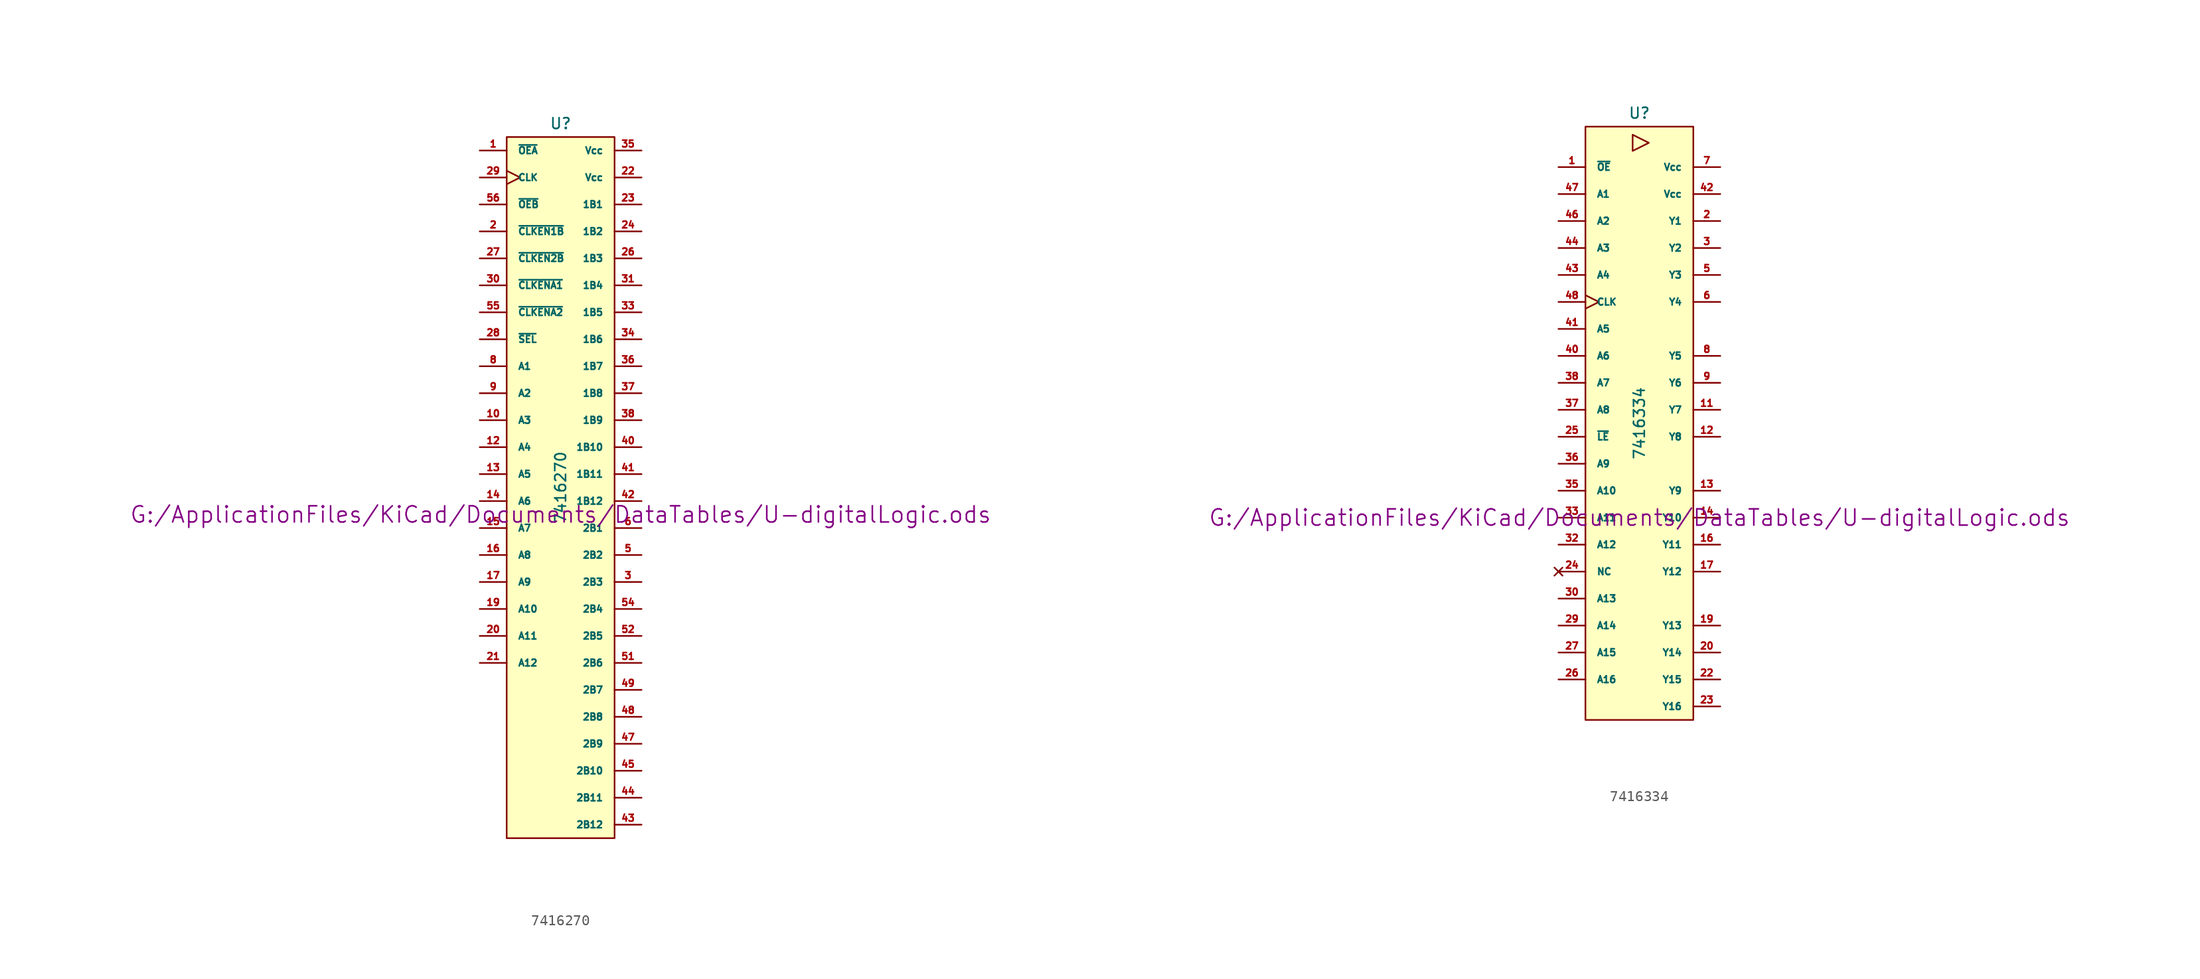
<source format=kicad_sym>
(kicad_symbol_lib
  (version 20211014)
  (generator kicad_symbol_editor)
  (symbol "7416270"
    (pin_names
      (offset 1.016))
    (property "Reference" "U"
      (at 0 34.29 0)
      (effects (font (size 1.016 1.016))))
    (property "Value" "7416270"
      (at 0 0 90)
      (effects (font (size 1.016 1.016))))
    (property "Footprint" ""
      (at 0 -2.54 0)
      (effects (font (size 1.524 1.524))))
    (property "Datasheet" "G:/ApplicationFiles/KiCad/Documents/DataTables/U-digitalLogic.ods"
      (at 0 -2.54 0)
      (effects (font (size 1.524 1.524))))
    (symbol "7416270_0_1"
      (rectangle (start -5.08 33.02) (end 5.08 -33.02) (stroke (width 0) (type default) (color 0 0 0 0)) (fill (type background))))
    (symbol "7416270_1_1"
      (pin input line (at -7.62 31.75 0) (length 2.54) (name "~{OEA}" (effects (font (size 0.635 0.635)))) (number "1" (effects (font (size 0.635 0.635)))))
      (pin bidirectional line (at -7.62 6.35 0) (length 2.54) (name "A3" (effects (font (size 0.635 0.635)))) (number "10" (effects (font (size 0.635 0.635)))))
      (pin power_in line (at -5.08 -20.32 0) (length 0) hide (name "DGND" (effects (font (size 0.635 0.635)))) (number "11" (effects (font (size 0.635 0.635)))))
      (pin bidirectional line (at -7.62 3.81 0) (length 2.54) (name "A4" (effects (font (size 0.635 0.635)))) (number "12" (effects (font (size 0.635 0.635)))))
      (pin bidirectional line (at -7.62 1.27 0) (length 2.54) (name "A5" (effects (font (size 0.635 0.635)))) (number "13" (effects (font (size 0.635 0.635)))))
      (pin bidirectional line (at -7.62 -1.27 0) (length 2.54) (name "A6" (effects (font (size 0.635 0.635)))) (number "14" (effects (font (size 0.635 0.635)))))
      (pin bidirectional line (at -7.62 -3.81 0) (length 2.54) (name "A7" (effects (font (size 0.635 0.635)))) (number "15" (effects (font (size 0.635 0.635)))))
      (pin bidirectional line (at -7.62 -6.35 0) (length 2.54) (name "A8" (effects (font (size 0.635 0.635)))) (number "16" (effects (font (size 0.635 0.635)))))
      (pin bidirectional line (at -7.62 -8.89 0) (length 2.54) (name "A9" (effects (font (size 0.635 0.635)))) (number "17" (effects (font (size 0.635 0.635)))))
      (pin power_in line (at -5.08 -21.59 0) (length 0) hide (name "DGND" (effects (font (size 0.635 0.635)))) (number "18" (effects (font (size 0.635 0.635)))))
      (pin bidirectional line (at -7.62 -11.43 0) (length 2.54) (name "A10" (effects (font (size 0.635 0.635)))) (number "19" (effects (font (size 0.635 0.635)))))
      (pin input line (at -7.62 24.13 0) (length 2.54) (name "~{CLKEN1B}" (effects (font (size 0.635 0.635)))) (number "2" (effects (font (size 0.635 0.635)))))
      (pin bidirectional line (at -7.62 -13.97 0) (length 2.54) (name "A11" (effects (font (size 0.635 0.635)))) (number "20" (effects (font (size 0.635 0.635)))))
      (pin bidirectional line (at -7.62 -16.51 0) (length 2.54) (name "A12" (effects (font (size 0.635 0.635)))) (number "21" (effects (font (size 0.635 0.635)))))
      (pin power_in line (at 7.62 29.21 180) (length 2.54) (name "Vcc" (effects (font (size 0.635 0.635)))) (number "22" (effects (font (size 0.635 0.635)))))
      (pin bidirectional line (at 7.62 26.67 180) (length 2.54) (name "1B1" (effects (font (size 0.635 0.635)))) (number "23" (effects (font (size 0.635 0.635)))))
      (pin bidirectional line (at 7.62 24.13 180) (length 2.54) (name "1B2" (effects (font (size 0.635 0.635)))) (number "24" (effects (font (size 0.635 0.635)))))
      (pin power_in line (at -5.08 -22.86 0) (length 0) hide (name "DGND" (effects (font (size 0.635 0.635)))) (number "25" (effects (font (size 0.635 0.635)))))
      (pin bidirectional line (at 7.62 21.59 180) (length 2.54) (name "1B3" (effects (font (size 0.635 0.635)))) (number "26" (effects (font (size 0.635 0.635)))))
      (pin input line (at -7.62 21.59 0) (length 2.54) (name "~{CLKEN2B}" (effects (font (size 0.635 0.635)))) (number "27" (effects (font (size 0.635 0.635)))))
      (pin input line (at -7.62 13.97 0) (length 2.54) (name "~{SEL}" (effects (font (size 0.635 0.635)))) (number "28" (effects (font (size 0.635 0.635)))))
      (pin input clock (at -7.62 29.21 0) (length 2.54) (name "CLK" (effects (font (size 0.635 0.635)))) (number "29" (effects (font (size 0.635 0.635)))))
      (pin bidirectional line (at 7.62 -8.89 180) (length 2.54) (name "2B3" (effects (font (size 0.635 0.635)))) (number "3" (effects (font (size 0.635 0.635)))))
      (pin input line (at -7.62 19.05 0) (length 2.54) (name "~{CLKENA1}" (effects (font (size 0.635 0.635)))) (number "30" (effects (font (size 0.635 0.635)))))
      (pin bidirectional line (at 7.62 19.05 180) (length 2.54) (name "1B4" (effects (font (size 0.635 0.635)))) (number "31" (effects (font (size 0.635 0.635)))))
      (pin power_in line (at -5.08 -24.13 0) (length 0) hide (name "DGND" (effects (font (size 0.635 0.635)))) (number "32" (effects (font (size 0.635 0.635)))))
      (pin bidirectional line (at 7.62 16.51 180) (length 2.54) (name "1B5" (effects (font (size 0.635 0.635)))) (number "33" (effects (font (size 0.635 0.635)))))
      (pin bidirectional line (at 7.62 13.97 180) (length 2.54) (name "1B6" (effects (font (size 0.635 0.635)))) (number "34" (effects (font (size 0.635 0.635)))))
      (pin power_in line (at 7.62 31.75 180) (length 2.54) (name "Vcc" (effects (font (size 0.635 0.635)))) (number "35" (effects (font (size 0.635 0.635)))))
      (pin bidirectional line (at 7.62 11.43 180) (length 2.54) (name "1B7" (effects (font (size 0.635 0.635)))) (number "36" (effects (font (size 0.635 0.635)))))
      (pin bidirectional line (at 7.62 8.89 180) (length 2.54) (name "1B8" (effects (font (size 0.635 0.635)))) (number "37" (effects (font (size 0.635 0.635)))))
      (pin bidirectional line (at 7.62 6.35 180) (length 2.54) (name "1B9" (effects (font (size 0.635 0.635)))) (number "38" (effects (font (size 0.635 0.635)))))
      (pin power_in line (at -5.08 -25.4 0) (length 0) hide (name "DGND" (effects (font (size 0.635 0.635)))) (number "39" (effects (font (size 0.635 0.635)))))
      (pin power_in line (at -5.08 -19.05 0) (length 0) hide (name "DGND" (effects (font (size 0.635 0.635)))) (number "4" (effects (font (size 0.635 0.635)))))
      (pin bidirectional line (at 7.62 3.81 180) (length 2.54) (name "1B10" (effects (font (size 0.635 0.635)))) (number "40" (effects (font (size 0.635 0.635)))))
      (pin bidirectional line (at 7.62 1.27 180) (length 2.54) (name "1B11" (effects (font (size 0.635 0.635)))) (number "41" (effects (font (size 0.635 0.635)))))
      (pin bidirectional line (at 7.62 -1.27 180) (length 2.54) (name "1B12" (effects (font (size 0.635 0.635)))) (number "42" (effects (font (size 0.635 0.635)))))
      (pin bidirectional line (at 7.62 -31.75 180) (length 2.54) (name "2B12" (effects (font (size 0.635 0.635)))) (number "43" (effects (font (size 0.635 0.635)))))
      (pin bidirectional line (at 7.62 -29.21 180) (length 2.54) (name "2B11" (effects (font (size 0.635 0.635)))) (number "44" (effects (font (size 0.635 0.635)))))
      (pin bidirectional line (at 7.62 -26.67 180) (length 2.54) (name "2B10" (effects (font (size 0.635 0.635)))) (number "45" (effects (font (size 0.635 0.635)))))
      (pin power_in line (at -5.08 -26.67 0) (length 0) hide (name "DGND" (effects (font (size 0.635 0.635)))) (number "46" (effects (font (size 0.635 0.635)))))
      (pin bidirectional line (at 7.62 -24.13 180) (length 2.54) (name "2B9" (effects (font (size 0.635 0.635)))) (number "47" (effects (font (size 0.635 0.635)))))
      (pin bidirectional line (at 7.62 -21.59 180) (length 2.54) (name "2B8" (effects (font (size 0.635 0.635)))) (number "48" (effects (font (size 0.635 0.635)))))
      (pin bidirectional line (at 7.62 -19.05 180) (length 2.54) (name "2B7" (effects (font (size 0.635 0.635)))) (number "49" (effects (font (size 0.635 0.635)))))
      (pin bidirectional line (at 7.62 -6.35 180) (length 2.54) (name "2B2" (effects (font (size 0.635 0.635)))) (number "5" (effects (font (size 0.635 0.635)))))
      (pin bidirectional line (at 7.62 -16.51 180) (length 2.54) (name "2B6" (effects (font (size 0.635 0.635)))) (number "51" (effects (font (size 0.635 0.635)))))
      (pin bidirectional line (at 7.62 -13.97 180) (length 2.54) (name "2B5" (effects (font (size 0.635 0.635)))) (number "52" (effects (font (size 0.635 0.635)))))
      (pin power_in line (at -5.08 -27.94 0) (length 0) hide (name "DGND" (effects (font (size 0.635 0.635)))) (number "53" (effects (font (size 0.635 0.635)))))
      (pin bidirectional line (at 7.62 -11.43 180) (length 2.54) (name "2B4" (effects (font (size 0.635 0.635)))) (number "54" (effects (font (size 0.635 0.635)))))
      (pin input line (at -7.62 16.51 0) (length 2.54) (name "~{CLKENA2}" (effects (font (size 0.635 0.635)))) (number "55" (effects (font (size 0.635 0.635)))))
      (pin input line (at -7.62 26.67 0) (length 2.54) (name "~{OEB}" (effects (font (size 0.635 0.635)))) (number "56" (effects (font (size 0.635 0.635)))))
      (pin bidirectional line (at 7.62 -3.81 180) (length 2.54) (name "2B1" (effects (font (size 0.635 0.635)))) (number "6" (effects (font (size 0.635 0.635)))))
      (pin bidirectional line (at -7.62 11.43 0) (length 2.54) (name "A1" (effects (font (size 0.635 0.635)))) (number "8" (effects (font (size 0.635 0.635)))))
      (pin bidirectional line (at -7.62 8.89 0) (length 2.54) (name "A2" (effects (font (size 0.635 0.635)))) (number "9" (effects (font (size 0.635 0.635)))))))
  (symbol "7416334"
    (pin_names
      (offset 1.016))
    (property "Reference" "U"
      (at 0 29.21 0)
      (effects (font (size 1.016 1.016))))
    (property "Value" "7416334"
      (at 0 0 90)
      (effects (font (size 1.016 1.016))))
    (property "Footprint" ""
      (at 0 -8.89 0)
      (effects (font (size 1.524 1.524))))
    (property "Datasheet" "G:/ApplicationFiles/KiCad/Documents/DataTables/U-digitalLogic.ods"
      (at 0 -8.89 0)
      (effects (font (size 1.524 1.524))))
    (symbol "7416334_0_0"
      (polyline (pts (xy -0.635 25.654) (xy -0.635 27.178) (xy 0.889 26.416) (xy -0.635 25.654)) (stroke (width 0) (type default) (color 0 0 0 0)) (fill (type none))))
    (symbol "7416334_0_1"
      (rectangle (start -5.08 27.94) (end 5.08 -27.94) (stroke (width 0) (type default) (color 0 0 0 0)) (fill (type background))))
    (symbol "7416334_1_0"
      (pin power_in line (at -3.81 -27.94 270) (length 0) hide (name "DGND" (effects (font (size 0.762 0.762)))) (number "10" (effects (font (size 0.762 0.762)))))
      (pin power_in line (at -2.54 -27.94 270) (length 0) hide (name "DGND" (effects (font (size 0.762 0.762)))) (number "15" (effects (font (size 0.762 0.762)))))
      (pin power_in line (at -1.27 -27.94 270) (length 0) hide (name "DGND" (effects (font (size 0.762 0.762)))) (number "21" (effects (font (size 0.762 0.762)))))
      (pin power_in line (at 0 -27.94 270) (length 0) hide (name "DGND" (effects (font (size 0.762 0.762)))) (number "28" (effects (font (size 0.762 0.762)))))
      (pin power_in line (at 1.27 -27.94 270) (length 0) hide (name "DGND" (effects (font (size 0.762 0.762)))) (number "34" (effects (font (size 0.762 0.762)))))
      (pin power_in line (at 2.54 -27.94 270) (length 0) hide (name "DGND" (effects (font (size 0.762 0.762)))) (number "39" (effects (font (size 0.762 0.762)))))
      (pin power_in line (at -5.08 -27.94 270) (length 0) hide (name "DGND" (effects (font (size 0.762 0.762)))) (number "4" (effects (font (size 0.762 0.762)))))
      (pin power_in line (at 3.81 -27.94 270) (length 0) hide (name "DGND" (effects (font (size 0.762 0.762)))) (number "45" (effects (font (size 0.762 0.762))))))
    (symbol "7416334_1_1"
      (pin input line (at -7.62 24.13 0) (length 2.54) (name "~{OE}" (effects (font (size 0.635 0.635)))) (number "1" (effects (font (size 0.635 0.635)))))
      (pin tri_state line (at 7.62 1.27 180) (length 2.54) (name "Y7" (effects (font (size 0.635 0.635)))) (number "11" (effects (font (size 0.635 0.635)))))
      (pin tri_state line (at 7.62 -1.27 180) (length 2.54) (name "Y8" (effects (font (size 0.635 0.635)))) (number "12" (effects (font (size 0.635 0.635)))))
      (pin tri_state line (at 7.62 -6.35 180) (length 2.54) (name "Y9" (effects (font (size 0.635 0.635)))) (number "13" (effects (font (size 0.635 0.635)))))
      (pin tri_state line (at 7.62 -8.89 180) (length 2.54) (name "Y10" (effects (font (size 0.635 0.635)))) (number "14" (effects (font (size 0.635 0.635)))))
      (pin tri_state line (at 7.62 -11.43 180) (length 2.54) (name "Y11" (effects (font (size 0.635 0.635)))) (number "16" (effects (font (size 0.635 0.635)))))
      (pin tri_state line (at 7.62 -13.97 180) (length 2.54) (name "Y12" (effects (font (size 0.635 0.635)))) (number "17" (effects (font (size 0.635 0.635)))))
      (pin tri_state line (at 7.62 -19.05 180) (length 2.54) (name "Y13" (effects (font (size 0.635 0.635)))) (number "19" (effects (font (size 0.635 0.635)))))
      (pin tri_state line (at 7.62 19.05 180) (length 2.54) (name "Y1" (effects (font (size 0.635 0.635)))) (number "2" (effects (font (size 0.635 0.635)))))
      (pin tri_state line (at 7.62 -21.59 180) (length 2.54) (name "Y14" (effects (font (size 0.635 0.635)))) (number "20" (effects (font (size 0.635 0.635)))))
      (pin tri_state line (at 7.62 -24.13 180) (length 2.54) (name "Y15" (effects (font (size 0.635 0.635)))) (number "22" (effects (font (size 0.635 0.635)))))
      (pin tri_state line (at 7.62 -26.67 180) (length 2.54) (name "Y16" (effects (font (size 0.635 0.635)))) (number "23" (effects (font (size 0.635 0.635)))))
      (pin no_connect line (at -7.62 -13.97 0) (length 2.54) (name "NC" (effects (font (size 0.635 0.635)))) (number "24" (effects (font (size 0.635 0.635)))))
      (pin input line (at -7.62 -1.27 0) (length 2.54) (name "~{LE}" (effects (font (size 0.635 0.635)))) (number "25" (effects (font (size 0.635 0.635)))))
      (pin input line (at -7.62 -24.13 0) (length 2.54) (name "A16" (effects (font (size 0.635 0.635)))) (number "26" (effects (font (size 0.635 0.635)))))
      (pin input line (at -7.62 -21.59 0) (length 2.54) (name "A15" (effects (font (size 0.635 0.635)))) (number "27" (effects (font (size 0.635 0.635)))))
      (pin input line (at -7.62 -19.05 0) (length 2.54) (name "A14" (effects (font (size 0.635 0.635)))) (number "29" (effects (font (size 0.635 0.635)))))
      (pin tri_state line (at 7.62 16.51 180) (length 2.54) (name "Y2" (effects (font (size 0.635 0.635)))) (number "3" (effects (font (size 0.635 0.635)))))
      (pin input line (at -7.62 -16.51 0) (length 2.54) (name "A13" (effects (font (size 0.635 0.635)))) (number "30" (effects (font (size 0.635 0.635)))))
      (pin input line (at -7.62 -11.43 0) (length 2.54) (name "A12" (effects (font (size 0.635 0.635)))) (number "32" (effects (font (size 0.635 0.635)))))
      (pin input line (at -7.62 -8.89 0) (length 2.54) (name "A11" (effects (font (size 0.635 0.635)))) (number "33" (effects (font (size 0.635 0.635)))))
      (pin input line (at -7.62 -6.35 0) (length 2.54) (name "A10" (effects (font (size 0.635 0.635)))) (number "35" (effects (font (size 0.635 0.635)))))
      (pin input line (at -7.62 -3.81 0) (length 2.54) (name "A9" (effects (font (size 0.635 0.635)))) (number "36" (effects (font (size 0.635 0.635)))))
      (pin input line (at -7.62 1.27 0) (length 2.54) (name "A8" (effects (font (size 0.635 0.635)))) (number "37" (effects (font (size 0.635 0.635)))))
      (pin input line (at -7.62 3.81 0) (length 2.54) (name "A7" (effects (font (size 0.635 0.635)))) (number "38" (effects (font (size 0.635 0.635)))))
      (pin input line (at -7.62 6.35 0) (length 2.54) (name "A6" (effects (font (size 0.635 0.635)))) (number "40" (effects (font (size 0.635 0.635)))))
      (pin input line (at -7.62 8.89 0) (length 2.54) (name "A5" (effects (font (size 0.635 0.635)))) (number "41" (effects (font (size 0.635 0.635)))))
      (pin power_in line (at 7.62 21.59 180) (length 2.54) (name "Vcc" (effects (font (size 0.635 0.635)))) (number "42" (effects (font (size 0.635 0.635)))))
      (pin input line (at -7.62 13.97 0) (length 2.54) (name "A4" (effects (font (size 0.635 0.635)))) (number "43" (effects (font (size 0.635 0.635)))))
      (pin input line (at -7.62 16.51 0) (length 2.54) (name "A3" (effects (font (size 0.635 0.635)))) (number "44" (effects (font (size 0.635 0.635)))))
      (pin input line (at -7.62 19.05 0) (length 2.54) (name "A2" (effects (font (size 0.635 0.635)))) (number "46" (effects (font (size 0.635 0.635)))))
      (pin input line (at -7.62 21.59 0) (length 2.54) (name "A1" (effects (font (size 0.635 0.635)))) (number "47" (effects (font (size 0.635 0.635)))))
      (pin input clock (at -7.62 11.43 0) (length 2.54) (name "CLK" (effects (font (size 0.635 0.635)))) (number "48" (effects (font (size 0.635 0.635)))))
      (pin tri_state line (at 7.62 13.97 180) (length 2.54) (name "Y3" (effects (font (size 0.635 0.635)))) (number "5" (effects (font (size 0.635 0.635)))))
      (pin tri_state line (at 7.62 11.43 180) (length 2.54) (name "Y4" (effects (font (size 0.635 0.635)))) (number "6" (effects (font (size 0.635 0.635)))))
      (pin power_in line (at 7.62 24.13 180) (length 2.54) (name "Vcc" (effects (font (size 0.635 0.635)))) (number "7" (effects (font (size 0.635 0.635)))))
      (pin tri_state line (at 7.62 6.35 180) (length 2.54) (name "Y5" (effects (font (size 0.635 0.635)))) (number "8" (effects (font (size 0.635 0.635)))))
      (pin tri_state line (at 7.62 3.81 180) (length 2.54) (name "Y6" (effects (font (size 0.635 0.635)))) (number "9" (effects (font (size 0.635 0.635))))))))
</source>
